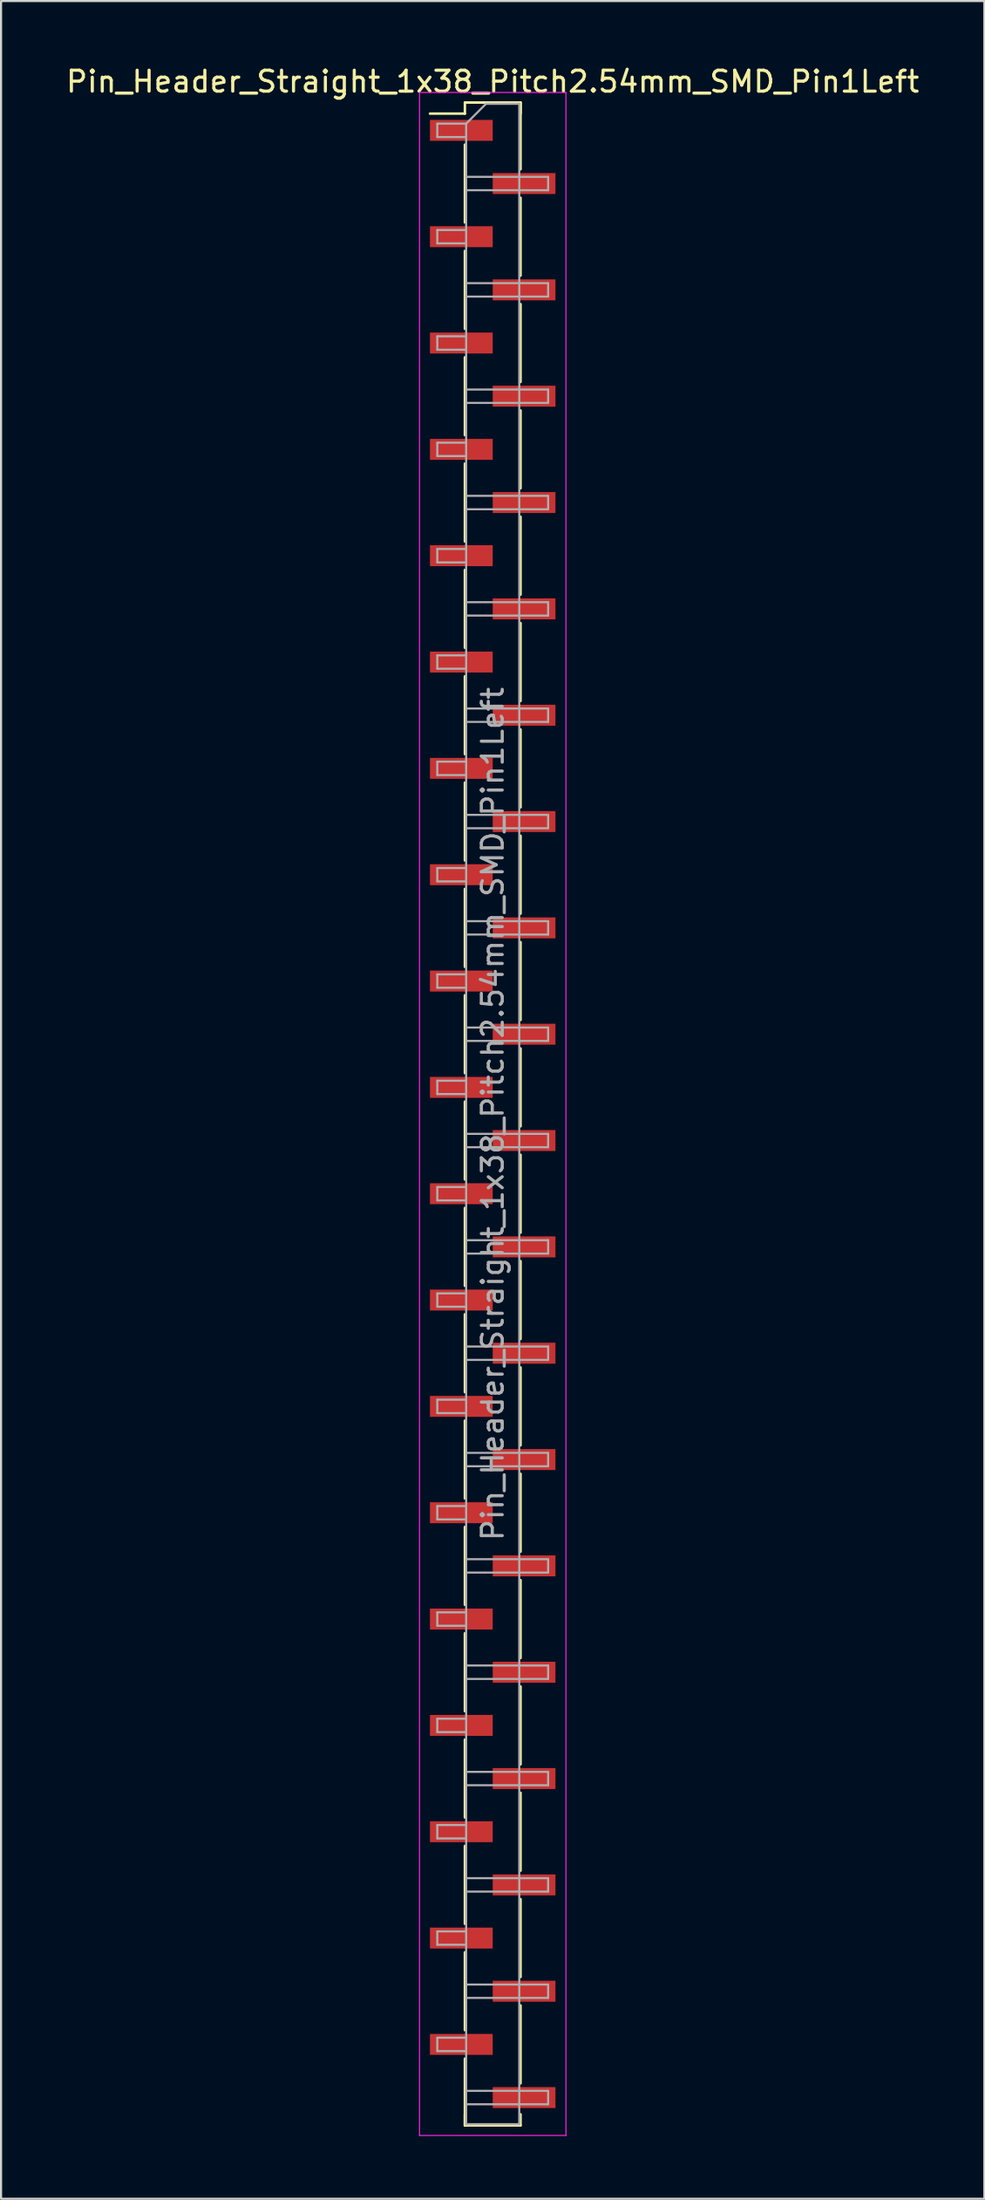
<source format=kicad_pcb>
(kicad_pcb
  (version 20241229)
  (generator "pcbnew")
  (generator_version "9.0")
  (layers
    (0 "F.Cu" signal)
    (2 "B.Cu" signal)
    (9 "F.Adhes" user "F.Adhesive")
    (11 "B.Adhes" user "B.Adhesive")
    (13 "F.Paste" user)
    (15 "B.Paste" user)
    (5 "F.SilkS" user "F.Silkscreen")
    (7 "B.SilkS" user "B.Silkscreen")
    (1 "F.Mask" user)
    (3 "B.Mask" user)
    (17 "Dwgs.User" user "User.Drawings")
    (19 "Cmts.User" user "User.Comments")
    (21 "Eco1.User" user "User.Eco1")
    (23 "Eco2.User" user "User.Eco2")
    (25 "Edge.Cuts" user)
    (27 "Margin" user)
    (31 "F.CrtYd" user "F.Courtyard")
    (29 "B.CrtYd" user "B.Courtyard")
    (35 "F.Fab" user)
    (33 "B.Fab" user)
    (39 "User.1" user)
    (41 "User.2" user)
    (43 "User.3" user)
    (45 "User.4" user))
  (footprint "Pin_Header_Straight_1x38_Pitch2.54mm_SMD_Pin1Left"
    (layer "F.Cu")
    (at 20.506 50.168)
    (property "Reference" "Pin_Header_Straight_1x38_Pitch2.54mm_SMD_Pin1Left" (at 0 -49.32 0) (layer "F.SilkS") (effects (font (size 1 1) (thickness 0.15))))
    (attr smd)
    (fp_line (start -1.33 -48.32) (end 1.33 -48.32) (stroke (width 0.12) (type solid)) (layer "F.SilkS"))
    (fp_line (start -1.33 -47.79) (end -3 -47.79) (stroke (width 0.12) (type solid)) (layer "F.SilkS"))
    (fp_line (start -1.33 -47.79) (end -1.33 -48.32) (stroke (width 0.12) (type solid)) (layer "F.SilkS"))
    (fp_line (start -1.33 -46.31) (end -1.33 -42.59) (stroke (width 0.12) (type solid)) (layer "F.SilkS"))
    (fp_line (start -1.33 -41.23) (end -1.33 -37.51) (stroke (width 0.12) (type solid)) (layer "F.SilkS"))
    (fp_line (start -1.33 -36.15) (end -1.33 -32.43) (stroke (width 0.12) (type solid)) (layer "F.SilkS"))
    (fp_line (start -1.33 -31.07) (end -1.33 -27.35) (stroke (width 0.12) (type solid)) (layer "F.SilkS"))
    (fp_line (start -1.33 -25.99) (end -1.33 -22.27) (stroke (width 0.12) (type solid)) (layer "F.SilkS"))
    (fp_line (start -1.33 -20.91) (end -1.33 -17.19) (stroke (width 0.12) (type solid)) (layer "F.SilkS"))
    (fp_line (start -1.33 -15.83) (end -1.33 -12.11) (stroke (width 0.12) (type solid)) (layer "F.SilkS"))
    (fp_line (start -1.33 -10.75) (end -1.33 -7.03) (stroke (width 0.12) (type solid)) (layer "F.SilkS"))
    (fp_line (start -1.33 -5.67) (end -1.33 -1.95) (stroke (width 0.12) (type solid)) (layer "F.SilkS"))
    (fp_line (start -1.33 -0.59) (end -1.33 3.13) (stroke (width 0.12) (type solid)) (layer "F.SilkS"))
    (fp_line (start -1.33 4.49) (end -1.33 8.21) (stroke (width 0.12) (type solid)) (layer "F.SilkS"))
    (fp_line (start -1.33 9.57) (end -1.33 13.29) (stroke (width 0.12) (type solid)) (layer "F.SilkS"))
    (fp_line (start -1.33 14.65) (end -1.33 18.37) (stroke (width 0.12) (type solid)) (layer "F.SilkS"))
    (fp_line (start -1.33 19.73) (end -1.33 23.45) (stroke (width 0.12) (type solid)) (layer "F.SilkS"))
    (fp_line (start -1.33 24.81) (end -1.33 28.53) (stroke (width 0.12) (type solid)) (layer "F.SilkS"))
    (fp_line (start -1.33 29.89) (end -1.33 33.61) (stroke (width 0.12) (type solid)) (layer "F.SilkS"))
    (fp_line (start -1.33 34.97) (end -1.33 38.69) (stroke (width 0.12) (type solid)) (layer "F.SilkS"))
    (fp_line (start -1.33 40.05) (end -1.33 43.77) (stroke (width 0.12) (type solid)) (layer "F.SilkS"))
    (fp_line (start -1.33 45.13) (end -1.33 48.32) (stroke (width 0.12) (type solid)) (layer "F.SilkS"))
    (fp_line (start -1.33 47.79) (end -1.33 48.32) (stroke (width 0.12) (type solid)) (layer "F.SilkS"))
    (fp_line (start -1.33 48.32) (end 1.33 48.32) (stroke (width 0.12) (type solid)) (layer "F.SilkS"))
    (fp_line (start 1.33 -48.32) (end 1.33 -47.79) (stroke (width 0.12) (type solid)) (layer "F.SilkS"))
    (fp_line (start 1.33 -48.32) (end 1.33 -45.13) (stroke (width 0.12) (type solid)) (layer "F.SilkS"))
    (fp_line (start 1.33 -43.77) (end 1.33 -40.05) (stroke (width 0.12) (type solid)) (layer "F.SilkS"))
    (fp_line (start 1.33 -38.69) (end 1.33 -34.97) (stroke (width 0.12) (type solid)) (layer "F.SilkS"))
    (fp_line (start 1.33 -33.61) (end 1.33 -29.89) (stroke (width 0.12) (type solid)) (layer "F.SilkS"))
    (fp_line (start 1.33 -28.53) (end 1.33 -24.81) (stroke (width 0.12) (type solid)) (layer "F.SilkS"))
    (fp_line (start 1.33 -23.45) (end 1.33 -19.73) (stroke (width 0.12) (type solid)) (layer "F.SilkS"))
    (fp_line (start 1.33 -18.37) (end 1.33 -14.65) (stroke (width 0.12) (type solid)) (layer "F.SilkS"))
    (fp_line (start 1.33 -13.29) (end 1.33 -9.57) (stroke (width 0.12) (type solid)) (layer "F.SilkS"))
    (fp_line (start 1.33 -8.21) (end 1.33 -4.49) (stroke (width 0.12) (type solid)) (layer "F.SilkS"))
    (fp_line (start 1.33 -3.13) (end 1.33 0.59) (stroke (width 0.12) (type solid)) (layer "F.SilkS"))
    (fp_line (start 1.33 1.95) (end 1.33 5.67) (stroke (width 0.12) (type solid)) (layer "F.SilkS"))
    (fp_line (start 1.33 7.03) (end 1.33 10.75) (stroke (width 0.12) (type solid)) (layer "F.SilkS"))
    (fp_line (start 1.33 12.11) (end 1.33 15.83) (stroke (width 0.12) (type solid)) (layer "F.SilkS"))
    (fp_line (start 1.33 17.19) (end 1.33 20.91) (stroke (width 0.12) (type solid)) (layer "F.SilkS"))
    (fp_line (start 1.33 22.27) (end 1.33 25.99) (stroke (width 0.12) (type solid)) (layer "F.SilkS"))
    (fp_line (start 1.33 27.35) (end 1.33 31.07) (stroke (width 0.12) (type solid)) (layer "F.SilkS"))
    (fp_line (start 1.33 32.43) (end 1.33 36.15) (stroke (width 0.12) (type solid)) (layer "F.SilkS"))
    (fp_line (start 1.33 37.51) (end 1.33 41.23) (stroke (width 0.12) (type solid)) (layer "F.SilkS"))
    (fp_line (start 1.33 42.59) (end 1.33 46.31) (stroke (width 0.12) (type solid)) (layer "F.SilkS"))
    (fp_line (start 1.33 48.32) (end 1.33 47.79) (stroke (width 0.12) (type solid)) (layer "F.SilkS"))
    (fp_line (start -3.5 -48.8) (end -3.5 48.8) (stroke (width 0.05) (type solid)) (layer "F.CrtYd"))
    (fp_line (start -3.5 48.8) (end 3.5 48.8) (stroke (width 0.05) (type solid)) (layer "F.CrtYd"))
    (fp_line (start 3.5 -48.8) (end -3.5 -48.8) (stroke (width 0.05) (type solid)) (layer "F.CrtYd"))
    (fp_line (start 3.5 48.8) (end 3.5 -48.8) (stroke (width 0.05) (type solid)) (layer "F.CrtYd"))
    (fp_line (start -2.65 -47.31) (end -2.65 -46.67) (stroke (width 0.1) (type solid)) (layer "F.Fab"))
    (fp_line (start -2.65 -46.67) (end -1.27 -46.67) (stroke (width 0.1) (type solid)) (layer "F.Fab"))
    (fp_line (start -2.65 -42.23) (end -2.65 -41.59) (stroke (width 0.1) (type solid)) (layer "F.Fab"))
    (fp_line (start -2.65 -41.59) (end -1.27 -41.59) (stroke (width 0.1) (type solid)) (layer "F.Fab"))
    (fp_line (start -2.65 -37.15) (end -2.65 -36.51) (stroke (width 0.1) (type solid)) (layer "F.Fab"))
    (fp_line (start -2.65 -36.51) (end -1.27 -36.51) (stroke (width 0.1) (type solid)) (layer "F.Fab"))
    (fp_line (start -2.65 -32.07) (end -2.65 -31.43) (stroke (width 0.1) (type solid)) (layer "F.Fab"))
    (fp_line (start -2.65 -31.43) (end -1.27 -31.43) (stroke (width 0.1) (type solid)) (layer "F.Fab"))
    (fp_line (start -2.65 -26.99) (end -2.65 -26.35) (stroke (width 0.1) (type solid)) (layer "F.Fab"))
    (fp_line (start -2.65 -26.35) (end -1.27 -26.35) (stroke (width 0.1) (type solid)) (layer "F.Fab"))
    (fp_line (start -2.65 -21.91) (end -2.65 -21.27) (stroke (width 0.1) (type solid)) (layer "F.Fab"))
    (fp_line (start -2.65 -21.27) (end -1.27 -21.27) (stroke (width 0.1) (type solid)) (layer "F.Fab"))
    (fp_line (start -2.65 -16.83) (end -2.65 -16.19) (stroke (width 0.1) (type solid)) (layer "F.Fab"))
    (fp_line (start -2.65 -16.19) (end -1.27 -16.19) (stroke (width 0.1) (type solid)) (layer "F.Fab"))
    (fp_line (start -2.65 -11.75) (end -2.65 -11.11) (stroke (width 0.1) (type solid)) (layer "F.Fab"))
    (fp_line (start -2.65 -11.11) (end -1.27 -11.11) (stroke (width 0.1) (type solid)) (layer "F.Fab"))
    (fp_line (start -2.65 -6.67) (end -2.65 -6.03) (stroke (width 0.1) (type solid)) (layer "F.Fab"))
    (fp_line (start -2.65 -6.03) (end -1.27 -6.03) (stroke (width 0.1) (type solid)) (layer "F.Fab"))
    (fp_line (start -2.65 -1.59) (end -2.65 -0.95) (stroke (width 0.1) (type solid)) (layer "F.Fab"))
    (fp_line (start -2.65 -0.95) (end -1.27 -0.95) (stroke (width 0.1) (type solid)) (layer "F.Fab"))
    (fp_line (start -2.65 3.49) (end -2.65 4.13) (stroke (width 0.1) (type solid)) (layer "F.Fab"))
    (fp_line (start -2.65 4.13) (end -1.27 4.13) (stroke (width 0.1) (type solid)) (layer "F.Fab"))
    (fp_line (start -2.65 8.57) (end -2.65 9.21) (stroke (width 0.1) (type solid)) (layer "F.Fab"))
    (fp_line (start -2.65 9.21) (end -1.27 9.21) (stroke (width 0.1) (type solid)) (layer "F.Fab"))
    (fp_line (start -2.65 13.65) (end -2.65 14.29) (stroke (width 0.1) (type solid)) (layer "F.Fab"))
    (fp_line (start -2.65 14.29) (end -1.27 14.29) (stroke (width 0.1) (type solid)) (layer "F.Fab"))
    (fp_line (start -2.65 18.73) (end -2.65 19.37) (stroke (width 0.1) (type solid)) (layer "F.Fab"))
    (fp_line (start -2.65 19.37) (end -1.27 19.37) (stroke (width 0.1) (type solid)) (layer "F.Fab"))
    (fp_line (start -2.65 23.81) (end -2.65 24.45) (stroke (width 0.1) (type solid)) (layer "F.Fab"))
    (fp_line (start -2.65 24.45) (end -1.27 24.45) (stroke (width 0.1) (type solid)) (layer "F.Fab"))
    (fp_line (start -2.65 28.89) (end -2.65 29.53) (stroke (width 0.1) (type solid)) (layer "F.Fab"))
    (fp_line (start -2.65 29.53) (end -1.27 29.53) (stroke (width 0.1) (type solid)) (layer "F.Fab"))
    (fp_line (start -2.65 33.97) (end -2.65 34.61) (stroke (width 0.1) (type solid)) (layer "F.Fab"))
    (fp_line (start -2.65 34.61) (end -1.27 34.61) (stroke (width 0.1) (type solid)) (layer "F.Fab"))
    (fp_line (start -2.65 39.05) (end -2.65 39.69) (stroke (width 0.1) (type solid)) (layer "F.Fab"))
    (fp_line (start -2.65 39.69) (end -1.27 39.69) (stroke (width 0.1) (type solid)) (layer "F.Fab"))
    (fp_line (start -2.65 44.13) (end -2.65 44.77) (stroke (width 0.1) (type solid)) (layer "F.Fab"))
    (fp_line (start -2.65 44.77) (end -1.27 44.77) (stroke (width 0.1) (type solid)) (layer "F.Fab"))
    (fp_line (start -1.27 -47.31) (end -2.65 -47.31) (stroke (width 0.1) (type solid)) (layer "F.Fab"))
    (fp_line (start -1.27 -47.31) (end -0.32 -48.26) (stroke (width 0.1) (type solid)) (layer "F.Fab"))
    (fp_line (start -1.27 -44.77) (end 2.65 -44.77) (stroke (width 0.1) (type solid)) (layer "F.Fab"))
    (fp_line (start -1.27 -42.23) (end -2.65 -42.23) (stroke (width 0.1) (type solid)) (layer "F.Fab"))
    (fp_line (start -1.27 -39.69) (end 2.65 -39.69) (stroke (width 0.1) (type solid)) (layer "F.Fab"))
    (fp_line (start -1.27 -37.15) (end -2.65 -37.15) (stroke (width 0.1) (type solid)) (layer "F.Fab"))
    (fp_line (start -1.27 -34.61) (end 2.65 -34.61) (stroke (width 0.1) (type solid)) (layer "F.Fab"))
    (fp_line (start -1.27 -32.07) (end -2.65 -32.07) (stroke (width 0.1) (type solid)) (layer "F.Fab"))
    (fp_line (start -1.27 -29.53) (end 2.65 -29.53) (stroke (width 0.1) (type solid)) (layer "F.Fab"))
    (fp_line (start -1.27 -26.99) (end -2.65 -26.99) (stroke (width 0.1) (type solid)) (layer "F.Fab"))
    (fp_line (start -1.27 -24.45) (end 2.65 -24.45) (stroke (width 0.1) (type solid)) (layer "F.Fab"))
    (fp_line (start -1.27 -21.91) (end -2.65 -21.91) (stroke (width 0.1) (type solid)) (layer "F.Fab"))
    (fp_line (start -1.27 -19.37) (end 2.65 -19.37) (stroke (width 0.1) (type solid)) (layer "F.Fab"))
    (fp_line (start -1.27 -16.83) (end -2.65 -16.83) (stroke (width 0.1) (type solid)) (layer "F.Fab"))
    (fp_line (start -1.27 -14.29) (end 2.65 -14.29) (stroke (width 0.1) (type solid)) (layer "F.Fab"))
    (fp_line (start -1.27 -11.75) (end -2.65 -11.75) (stroke (width 0.1) (type solid)) (layer "F.Fab"))
    (fp_line (start -1.27 -9.21) (end 2.65 -9.21) (stroke (width 0.1) (type solid)) (layer "F.Fab"))
    (fp_line (start -1.27 -6.67) (end -2.65 -6.67) (stroke (width 0.1) (type solid)) (layer "F.Fab"))
    (fp_line (start -1.27 -4.13) (end 2.65 -4.13) (stroke (width 0.1) (type solid)) (layer "F.Fab"))
    (fp_line (start -1.27 -1.59) (end -2.65 -1.59) (stroke (width 0.1) (type solid)) (layer "F.Fab"))
    (fp_line (start -1.27 0.95) (end 2.65 0.95) (stroke (width 0.1) (type solid)) (layer "F.Fab"))
    (fp_line (start -1.27 3.49) (end -2.65 3.49) (stroke (width 0.1) (type solid)) (layer "F.Fab"))
    (fp_line (start -1.27 6.03) (end 2.65 6.03) (stroke (width 0.1) (type solid)) (layer "F.Fab"))
    (fp_line (start -1.27 8.57) (end -2.65 8.57) (stroke (width 0.1) (type solid)) (layer "F.Fab"))
    (fp_line (start -1.27 11.11) (end 2.65 11.11) (stroke (width 0.1) (type solid)) (layer "F.Fab"))
    (fp_line (start -1.27 13.65) (end -2.65 13.65) (stroke (width 0.1) (type solid)) (layer "F.Fab"))
    (fp_line (start -1.27 16.19) (end 2.65 16.19) (stroke (width 0.1) (type solid)) (layer "F.Fab"))
    (fp_line (start -1.27 18.73) (end -2.65 18.73) (stroke (width 0.1) (type solid)) (layer "F.Fab"))
    (fp_line (start -1.27 21.27) (end 2.65 21.27) (stroke (width 0.1) (type solid)) (layer "F.Fab"))
    (fp_line (start -1.27 23.81) (end -2.65 23.81) (stroke (width 0.1) (type solid)) (layer "F.Fab"))
    (fp_line (start -1.27 26.35) (end 2.65 26.35) (stroke (width 0.1) (type solid)) (layer "F.Fab"))
    (fp_line (start -1.27 28.89) (end -2.65 28.89) (stroke (width 0.1) (type solid)) (layer "F.Fab"))
    (fp_line (start -1.27 31.43) (end 2.65 31.43) (stroke (width 0.1) (type solid)) (layer "F.Fab"))
    (fp_line (start -1.27 33.97) (end -2.65 33.97) (stroke (width 0.1) (type solid)) (layer "F.Fab"))
    (fp_line (start -1.27 36.51) (end 2.65 36.51) (stroke (width 0.1) (type solid)) (layer "F.Fab"))
    (fp_line (start -1.27 39.05) (end -2.65 39.05) (stroke (width 0.1) (type solid)) (layer "F.Fab"))
    (fp_line (start -1.27 41.59) (end 2.65 41.59) (stroke (width 0.1) (type solid)) (layer "F.Fab"))
    (fp_line (start -1.27 44.13) (end -2.65 44.13) (stroke (width 0.1) (type solid)) (layer "F.Fab"))
    (fp_line (start -1.27 46.67) (end 2.65 46.67) (stroke (width 0.1) (type solid)) (layer "F.Fab"))
    (fp_line (start -1.27 48.26) (end -1.27 -47.31) (stroke (width 0.1) (type solid)) (layer "F.Fab"))
    (fp_line (start -0.32 -48.26) (end 1.27 -48.26) (stroke (width 0.1) (type solid)) (layer "F.Fab"))
    (fp_line (start 1.27 -48.26) (end 1.27 48.26) (stroke (width 0.1) (type solid)) (layer "F.Fab"))
    (fp_line (start 1.27 48.26) (end -1.27 48.26) (stroke (width 0.1) (type solid)) (layer "F.Fab"))
    (fp_line (start 2.65 -44.77) (end 2.65 -44.13) (stroke (width 0.1) (type solid)) (layer "F.Fab"))
    (fp_line (start 2.65 -44.13) (end -1.27 -44.13) (stroke (width 0.1) (type solid)) (layer "F.Fab"))
    (fp_line (start 2.65 -39.69) (end 2.65 -39.05) (stroke (width 0.1) (type solid)) (layer "F.Fab"))
    (fp_line (start 2.65 -39.05) (end -1.27 -39.05) (stroke (width 0.1) (type solid)) (layer "F.Fab"))
    (fp_line (start 2.65 -34.61) (end 2.65 -33.97) (stroke (width 0.1) (type solid)) (layer "F.Fab"))
    (fp_line (start 2.65 -33.97) (end -1.27 -33.97) (stroke (width 0.1) (type solid)) (layer "F.Fab"))
    (fp_line (start 2.65 -29.53) (end 2.65 -28.89) (stroke (width 0.1) (type solid)) (layer "F.Fab"))
    (fp_line (start 2.65 -28.89) (end -1.27 -28.89) (stroke (width 0.1) (type solid)) (layer "F.Fab"))
    (fp_line (start 2.65 -24.45) (end 2.65 -23.81) (stroke (width 0.1) (type solid)) (layer "F.Fab"))
    (fp_line (start 2.65 -23.81) (end -1.27 -23.81) (stroke (width 0.1) (type solid)) (layer "F.Fab"))
    (fp_line (start 2.65 -19.37) (end 2.65 -18.73) (stroke (width 0.1) (type solid)) (layer "F.Fab"))
    (fp_line (start 2.65 -18.73) (end -1.27 -18.73) (stroke (width 0.1) (type solid)) (layer "F.Fab"))
    (fp_line (start 2.65 -14.29) (end 2.65 -13.65) (stroke (width 0.1) (type solid)) (layer "F.Fab"))
    (fp_line (start 2.65 -13.65) (end -1.27 -13.65) (stroke (width 0.1) (type solid)) (layer "F.Fab"))
    (fp_line (start 2.65 -9.21) (end 2.65 -8.57) (stroke (width 0.1) (type solid)) (layer "F.Fab"))
    (fp_line (start 2.65 -8.57) (end -1.27 -8.57) (stroke (width 0.1) (type solid)) (layer "F.Fab"))
    (fp_line (start 2.65 -4.13) (end 2.65 -3.49) (stroke (width 0.1) (type solid)) (layer "F.Fab"))
    (fp_line (start 2.65 -3.49) (end -1.27 -3.49) (stroke (width 0.1) (type solid)) (layer "F.Fab"))
    (fp_line (start 2.65 0.95) (end 2.65 1.59) (stroke (width 0.1) (type solid)) (layer "F.Fab"))
    (fp_line (start 2.65 1.59) (end -1.27 1.59) (stroke (width 0.1) (type solid)) (layer "F.Fab"))
    (fp_line (start 2.65 6.03) (end 2.65 6.67) (stroke (width 0.1) (type solid)) (layer "F.Fab"))
    (fp_line (start 2.65 6.67) (end -1.27 6.67) (stroke (width 0.1) (type solid)) (layer "F.Fab"))
    (fp_line (start 2.65 11.11) (end 2.65 11.75) (stroke (width 0.1) (type solid)) (layer "F.Fab"))
    (fp_line (start 2.65 11.75) (end -1.27 11.75) (stroke (width 0.1) (type solid)) (layer "F.Fab"))
    (fp_line (start 2.65 16.19) (end 2.65 16.83) (stroke (width 0.1) (type solid)) (layer "F.Fab"))
    (fp_line (start 2.65 16.83) (end -1.27 16.83) (stroke (width 0.1) (type solid)) (layer "F.Fab"))
    (fp_line (start 2.65 21.27) (end 2.65 21.91) (stroke (width 0.1) (type solid)) (layer "F.Fab"))
    (fp_line (start 2.65 21.91) (end -1.27 21.91) (stroke (width 0.1) (type solid)) (layer "F.Fab"))
    (fp_line (start 2.65 26.35) (end 2.65 26.99) (stroke (width 0.1) (type solid)) (layer "F.Fab"))
    (fp_line (start 2.65 26.99) (end -1.27 26.99) (stroke (width 0.1) (type solid)) (layer "F.Fab"))
    (fp_line (start 2.65 31.43) (end 2.65 32.07) (stroke (width 0.1) (type solid)) (layer "F.Fab"))
    (fp_line (start 2.65 32.07) (end -1.27 32.07) (stroke (width 0.1) (type solid)) (layer "F.Fab"))
    (fp_line (start 2.65 36.51) (end 2.65 37.15) (stroke (width 0.1) (type solid)) (layer "F.Fab"))
    (fp_line (start 2.65 37.15) (end -1.27 37.15) (stroke (width 0.1) (type solid)) (layer "F.Fab"))
    (fp_line (start 2.65 41.59) (end 2.65 42.23) (stroke (width 0.1) (type solid)) (layer "F.Fab"))
    (fp_line (start 2.65 42.23) (end -1.27 42.23) (stroke (width 0.1) (type solid)) (layer "F.Fab"))
    (fp_line (start 2.65 46.67) (end 2.65 47.31) (stroke (width 0.1) (type solid)) (layer "F.Fab"))
    (fp_line (start 2.65 47.31) (end -1.27 47.31) (stroke (width 0.1) (type solid)) (layer "F.Fab"))
    (fp_text user "${REFERENCE}" (at 0 0 90) (layer "F.Fab") (effects (font (size 1 1) (thickness 0.15))))
    (pad "1" smd rect (at -1.5 -46.99) (size 3 1) (layers "F.Cu" "F.Mask"))
    (pad "2" smd rect (at 1.5 -44.45) (size 3 1) (layers "F.Cu" "F.Mask"))
    (pad "3" smd rect (at -1.5 -41.91) (size 3 1) (layers "F.Cu" "F.Mask"))
    (pad "4" smd rect (at 1.5 -39.37) (size 3 1) (layers "F.Cu" "F.Mask"))
    (pad "5" smd rect (at -1.5 -36.83) (size 3 1) (layers "F.Cu" "F.Mask"))
    (pad "6" smd rect (at 1.5 -34.29) (size 3 1) (layers "F.Cu" "F.Mask"))
    (pad "7" smd rect (at -1.5 -31.75) (size 3 1) (layers "F.Cu" "F.Mask"))
    (pad "8" smd rect (at 1.5 -29.21) (size 3 1) (layers "F.Cu" "F.Mask"))
    (pad "9" smd rect (at -1.5 -26.67) (size 3 1) (layers "F.Cu" "F.Mask"))
    (pad "10" smd rect (at 1.5 -24.13) (size 3 1) (layers "F.Cu" "F.Mask"))
    (pad "11" smd rect (at -1.5 -21.59) (size 3 1) (layers "F.Cu" "F.Mask"))
    (pad "12" smd rect (at 1.5 -19.05) (size 3 1) (layers "F.Cu" "F.Mask"))
    (pad "13" smd rect (at -1.5 -16.51) (size 3 1) (layers "F.Cu" "F.Mask"))
    (pad "14" smd rect (at 1.5 -13.97) (size 3 1) (layers "F.Cu" "F.Mask"))
    (pad "15" smd rect (at -1.5 -11.43) (size 3 1) (layers "F.Cu" "F.Mask"))
    (pad "16" smd rect (at 1.5 -8.89) (size 3 1) (layers "F.Cu" "F.Mask"))
    (pad "17" smd rect (at -1.5 -6.35) (size 3 1) (layers "F.Cu" "F.Mask"))
    (pad "18" smd rect (at 1.5 -3.81) (size 3 1) (layers "F.Cu" "F.Mask"))
    (pad "19" smd rect (at -1.5 -1.27) (size 3 1) (layers "F.Cu" "F.Mask"))
    (pad "20" smd rect (at 1.5 1.27) (size 3 1) (layers "F.Cu" "F.Mask"))
    (pad "21" smd rect (at -1.5 3.81) (size 3 1) (layers "F.Cu" "F.Mask"))
    (pad "22" smd rect (at 1.5 6.35) (size 3 1) (layers "F.Cu" "F.Mask"))
    (pad "23" smd rect (at -1.5 8.89) (size 3 1) (layers "F.Cu" "F.Mask"))
    (pad "24" smd rect (at 1.5 11.43) (size 3 1) (layers "F.Cu" "F.Mask"))
    (pad "25" smd rect (at -1.5 13.97) (size 3 1) (layers "F.Cu" "F.Mask"))
    (pad "26" smd rect (at 1.5 16.51) (size 3 1) (layers "F.Cu" "F.Mask"))
    (pad "27" smd rect (at -1.5 19.05) (size 3 1) (layers "F.Cu" "F.Mask"))
    (pad "28" smd rect (at 1.5 21.59) (size 3 1) (layers "F.Cu" "F.Mask"))
    (pad "29" smd rect (at -1.5 24.13) (size 3 1) (layers "F.Cu" "F.Mask"))
    (pad "30" smd rect (at 1.5 26.67) (size 3 1) (layers "F.Cu" "F.Mask"))
    (pad "31" smd rect (at -1.5 29.21) (size 3 1) (layers "F.Cu" "F.Mask"))
    (pad "32" smd rect (at 1.5 31.75) (size 3 1) (layers "F.Cu" "F.Mask"))
    (pad "33" smd rect (at -1.5 34.29) (size 3 1) (layers "F.Cu" "F.Mask"))
    (pad "34" smd rect (at 1.5 36.83) (size 3 1) (layers "F.Cu" "F.Mask"))
    (pad "35" smd rect (at -1.5 39.37) (size 3 1) (layers "F.Cu" "F.Mask"))
    (pad "36" smd rect (at 1.5 41.91) (size 3 1) (layers "F.Cu" "F.Mask"))
    (pad "37" smd rect (at -1.5 44.45) (size 3 1) (layers "F.Cu" "F.Mask"))
    (pad "38" smd rect (at 1.5 46.99) (size 3 1) (layers "F.Cu" "F.Mask")))
  (gr_rect
    (start -3 -3)
    (end 44.012 101.993)
    (stroke (width 0.1) (type default))
    (fill no)
    (layer "Edge.Cuts")))
</source>
